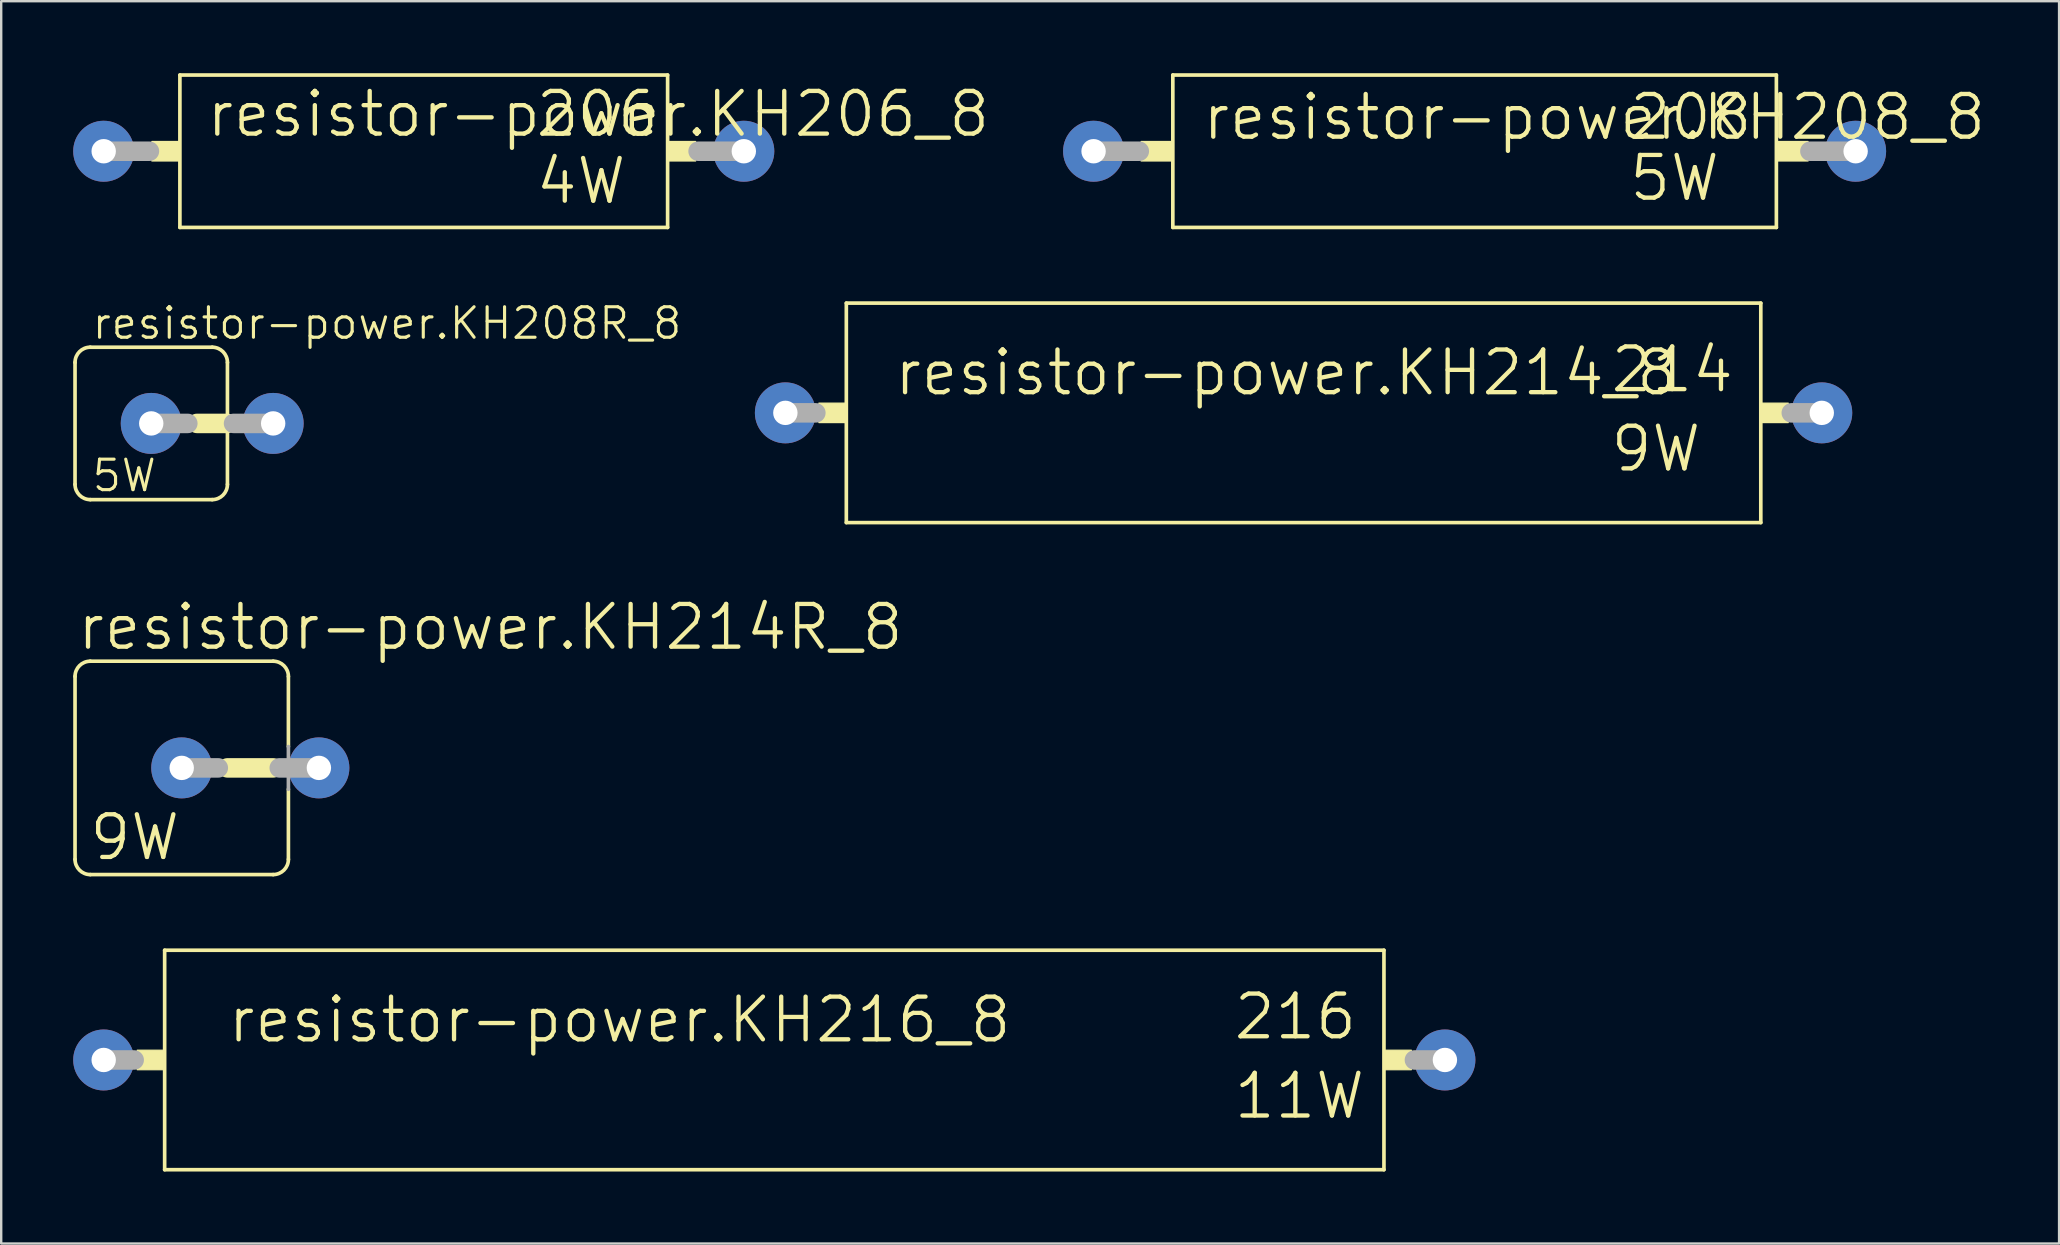
<source format=kicad_pcb>
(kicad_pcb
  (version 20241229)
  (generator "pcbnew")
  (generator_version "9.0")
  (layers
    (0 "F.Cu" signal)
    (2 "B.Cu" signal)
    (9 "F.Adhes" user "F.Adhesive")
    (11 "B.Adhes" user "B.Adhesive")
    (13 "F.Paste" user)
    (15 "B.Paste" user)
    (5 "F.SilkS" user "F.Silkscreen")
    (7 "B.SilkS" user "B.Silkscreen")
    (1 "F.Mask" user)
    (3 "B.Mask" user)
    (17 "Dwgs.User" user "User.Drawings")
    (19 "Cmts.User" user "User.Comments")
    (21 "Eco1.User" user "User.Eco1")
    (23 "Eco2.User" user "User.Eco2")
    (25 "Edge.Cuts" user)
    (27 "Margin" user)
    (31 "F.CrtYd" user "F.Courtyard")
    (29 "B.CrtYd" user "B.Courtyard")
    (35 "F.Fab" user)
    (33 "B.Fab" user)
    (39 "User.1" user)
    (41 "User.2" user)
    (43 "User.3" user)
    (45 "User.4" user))
  (footprint "resistor-power.KH208R_8"
    (layer "F.Cu")
    (at 5.791 14.591)
    (property "Reference" "resistor-power.KH208R_8" (at -5.08 -3.429 0) (layer "F.SilkS") (effects (font (size 1.27 1.27) (thickness 0.13)) (justify left bottom)))
    (attr through_hole)
    (fp_line (start -5.715 -2.54) (end -5.715 2.54) (stroke (width 0.152) (type default)) (layer "F.SilkS"))
    (fp_line (start -5.08 3.175) (end 0 3.175) (stroke (width 0.152) (type default)) (layer "F.SilkS"))
    (fp_line (start 0 -3.175) (end -5.08 -3.175) (stroke (width 0.152) (type default)) (layer "F.SilkS"))
    (fp_line (start 0.635 0) (end -0.635 0) (stroke (width 0.813) (type default)) (layer "F.SilkS"))
    (fp_line (start 0.635 0) (end 0.635 -2.54) (stroke (width 0.152) (type default)) (layer "F.SilkS"))
    (fp_line (start 0.635 2.54) (end 0.635 0) (stroke (width 0.152) (type default)) (layer "F.SilkS"))
    (fp_arc (start -5.715 -2.54) (mid -5.529013 -2.989013) (end -5.08 -3.175) (stroke (width 0.1524) (type default)) (layer "F.SilkS"))
    (fp_arc (start -5.08 3.175) (mid -5.529013 2.989013) (end -5.715 2.54) (stroke (width 0.1524) (type default)) (layer "F.SilkS"))
    (fp_arc (start 0 -3.175) (mid 0.449013 -2.989013) (end 0.635 -2.54) (stroke (width 0.1524) (type default)) (layer "F.SilkS"))
    (fp_arc (start 0.635 2.54) (mid 0.449013 2.989013) (end 0 3.175) (stroke (width 0.1524) (type default)) (layer "F.SilkS"))
    (fp_line (start -1.016 0) (end -2.54 0) (stroke (width 0.813) (type default)) (layer "F.Fab"))
    (fp_line (start 2.54 0) (end 0.889 0) (stroke (width 0.813) (type default)) (layer "F.Fab"))
    (fp_text user "5W" (at -5.08 2.921 0) (layer "F.SilkS") (effects (font (size 1.27 1.27) (thickness 0.13)) (justify left bottom)))
    (pad "1" thru_hole circle (at -2.54 0) (size 2.54 2.54) (drill 1.016) (layers "*.Cu" "*.Mask"))
    (pad "2" thru_hole circle (at 2.54 0) (size 2.54 2.54) (drill 1.016) (layers "*.Cu" "*.Mask")))
  (footprint "resistor-power.KH208_8"
    (layer "F.Cu")
    (at 58.387 3.251)
    (property "Reference" "resistor-power.KH208_8" (at -11.43 -0.381 0) (layer "F.SilkS") (effects (font (size 1.778 1.778) (thickness 0.18)) (justify left bottom)))
    (attr through_hole)
    (fp_line (start -12.573 -3.175) (end -12.573 3.175) (stroke (width 0.152) (type default)) (layer "F.SilkS"))
    (fp_line (start -12.573 3.175) (end 12.573 3.175) (stroke (width 0.152) (type default)) (layer "F.SilkS"))
    (fp_line (start 12.573 -3.175) (end -12.573 -3.175) (stroke (width 0.152) (type default)) (layer "F.SilkS"))
    (fp_line (start 12.573 3.175) (end 12.573 -3.175) (stroke (width 0.152) (type default)) (layer "F.SilkS"))
    (fp_rect (start -13.894 0.406) (end -12.573 -0.406) (stroke (width 0.05) (type default)) (fill yes) (layer "F.SilkS"))
    (fp_rect (start 12.573 0.406) (end 13.894 -0.406) (stroke (width 0.05) (type default)) (fill yes) (layer "F.SilkS"))
    (fp_line (start -15.875 0) (end -13.97 0) (stroke (width 0.813) (type default)) (layer "F.Fab"))
    (fp_line (start 13.97 0) (end 15.875 0) (stroke (width 0.813) (type default)) (layer "F.Fab"))
    (fp_text user "208" (at 6.35 -0.381 0) (layer "F.SilkS") (effects (font (size 1.778 1.778) (thickness 0.18)) (justify left bottom)))
    (fp_text user "5W" (at 6.35 2.159 0) (layer "F.SilkS") (effects (font (size 1.778 1.778) (thickness 0.18)) (justify left bottom)))
    (pad "1" thru_hole circle (at -15.875 0) (size 2.54 2.54) (drill 1.016) (layers "*.Cu" "*.Mask"))
    (pad "2" thru_hole circle (at 15.875 0) (size 2.54 2.54) (drill 1.016) (layers "*.Cu" "*.Mask")))
  (footprint "resistor-power.KH216_8"
    (layer "F.Cu")
    (at 29.21 41.112)
    (property "Reference" "resistor-power.KH216_8" (at -22.86 -0.635 0) (layer "F.SilkS") (effects (font (size 1.778 1.778) (thickness 0.18)) (justify left bottom)))
    (attr through_hole)
    (fp_line (start -25.4 -4.572) (end -25.4 4.572) (stroke (width 0.152) (type default)) (layer "F.SilkS"))
    (fp_line (start -25.4 4.572) (end 25.4 4.572) (stroke (width 0.152) (type default)) (layer "F.SilkS"))
    (fp_line (start 25.4 -4.572) (end -25.4 -4.572) (stroke (width 0.152) (type default)) (layer "F.SilkS"))
    (fp_line (start 25.4 4.572) (end 25.4 -4.572) (stroke (width 0.152) (type default)) (layer "F.SilkS"))
    (fp_rect (start -26.543 0.406) (end -25.4 -0.406) (stroke (width 0.05) (type default)) (fill yes) (layer "F.SilkS"))
    (fp_rect (start 25.4 0.406) (end 26.543 -0.406) (stroke (width 0.05) (type default)) (fill yes) (layer "F.SilkS"))
    (fp_line (start -27.94 0) (end -26.67 0) (stroke (width 0.813) (type default)) (layer "F.Fab"))
    (fp_line (start 26.67 0) (end 27.94 0) (stroke (width 0.813) (type default)) (layer "F.Fab"))
    (fp_text user "216" (at 19.05 -0.762 0) (layer "F.SilkS") (effects (font (size 1.778 1.778) (thickness 0.18)) (justify left bottom)))
    (fp_text user "11W" (at 19.05 2.54 0) (layer "F.SilkS") (effects (font (size 1.778 1.778) (thickness 0.18)) (justify left bottom)))
    (pad "1" thru_hole circle (at -27.94 0) (size 2.54 2.54) (drill 1.016) (layers "*.Cu" "*.Mask"))
    (pad "2" thru_hole circle (at 27.94 0) (size 2.54 2.54) (drill 1.016) (layers "*.Cu" "*.Mask")))
  (footprint "resistor-power.KH206_8"
    (layer "F.Cu")
    (at 14.605 3.251)
    (property "Reference" "resistor-power.KH206_8" (at -9.144 -0.508 0) (layer "F.SilkS") (effects (font (size 1.778 1.778) (thickness 0.18)) (justify left bottom)))
    (attr through_hole)
    (fp_line (start -10.16 -3.175) (end -10.16 3.175) (stroke (width 0.152) (type default)) (layer "F.SilkS"))
    (fp_line (start -10.16 3.175) (end 10.16 3.175) (stroke (width 0.152) (type default)) (layer "F.SilkS"))
    (fp_line (start 10.16 -3.175) (end -10.16 -3.175) (stroke (width 0.152) (type default)) (layer "F.SilkS"))
    (fp_line (start 10.16 3.175) (end 10.16 -3.175) (stroke (width 0.152) (type default)) (layer "F.SilkS"))
    (fp_rect (start -11.328 0.406) (end -10.16 -0.406) (stroke (width 0.05) (type default)) (fill yes) (layer "F.SilkS"))
    (fp_rect (start 10.16 0.406) (end 11.328 -0.406) (stroke (width 0.05) (type default)) (fill yes) (layer "F.SilkS"))
    (fp_line (start -13.335 0) (end -11.43 0) (stroke (width 0.813) (type default)) (layer "F.Fab"))
    (fp_line (start 11.43 0) (end 13.335 0) (stroke (width 0.813) (type default)) (layer "F.Fab"))
    (fp_text user "206" (at 4.572 -0.508 0) (layer "F.SilkS") (effects (font (size 1.778 1.778) (thickness 0.18)) (justify left bottom)))
    (fp_text user "4W" (at 4.572 2.286 0) (layer "F.SilkS") (effects (font (size 1.778 1.778) (thickness 0.18)) (justify left bottom)))
    (pad "1" thru_hole circle (at -13.335 0) (size 2.54 2.54) (drill 1.016) (layers "*.Cu" "*.Mask"))
    (pad "2" thru_hole circle (at 13.335 0) (size 2.54 2.54) (drill 1.016) (layers "*.Cu" "*.Mask")))
  (footprint "resistor-power.KH214R_8"
    (layer "F.Cu")
    (at 7.061 28.943)
    (property "Reference" "resistor-power.KH214R_8" (at -6.985 -4.826 0) (layer "F.SilkS") (effects (font (size 1.778 1.778) (thickness 0.18)) (justify left bottom)))
    (attr through_hole)
    (fp_line (start -6.985 -3.81) (end -6.985 3.81) (stroke (width 0.152) (type default)) (layer "F.SilkS"))
    (fp_line (start -6.35 4.445) (end 1.27 4.445) (stroke (width 0.152) (type default)) (layer "F.SilkS"))
    (fp_line (start 1.27 -4.445) (end -6.35 -4.445) (stroke (width 0.152) (type default)) (layer "F.SilkS"))
    (fp_line (start 1.27 0) (end -0.635 0) (stroke (width 0.813) (type default)) (layer "F.SilkS"))
    (fp_line (start 1.905 -0.889) (end 1.905 -3.81) (stroke (width 0.152) (type default)) (layer "F.SilkS"))
    (fp_line (start 1.905 3.81) (end 1.905 0.889) (stroke (width 0.152) (type default)) (layer "F.SilkS"))
    (fp_arc (start -6.985 -3.81) (mid -6.799013 -4.259013) (end -6.35 -4.445) (stroke (width 0.1524) (type default)) (layer "F.SilkS"))
    (fp_arc (start -6.35 4.445) (mid -6.799013 4.259013) (end -6.985 3.81) (stroke (width 0.1524) (type default)) (layer "F.SilkS"))
    (fp_arc (start 1.27 -4.445) (mid 1.719013 -4.259013) (end 1.905 -3.81) (stroke (width 0.1524) (type default)) (layer "F.SilkS"))
    (fp_arc (start 1.905 3.81) (mid 1.719013 4.259013) (end 1.27 4.445) (stroke (width 0.1524) (type default)) (layer "F.SilkS"))
    (fp_line (start -1.016 0) (end -2.54 0) (stroke (width 0.813) (type default)) (layer "F.Fab"))
    (fp_line (start 1.905 0.889) (end 1.905 -0.889) (stroke (width 0.152) (type default)) (layer "F.Fab"))
    (fp_line (start 3.175 0) (end 1.524 0) (stroke (width 0.813) (type default)) (layer "F.Fab"))
    (fp_text user "9W" (at -6.477 3.937 0) (layer "F.SilkS") (effects (font (size 1.778 1.778) (thickness 0.18)) (justify left bottom)))
    (pad "1" thru_hole circle (at -2.54 0) (size 2.54 2.54) (drill 1.016) (layers "*.Cu" "*.Mask"))
    (pad "2" thru_hole circle (at 3.175 0) (size 2.54 2.54) (drill 1.016) (layers "*.Cu" "*.Mask")))
  (footprint "resistor-power.KH214_8"
    (layer "F.Cu")
    (at 51.261 14.151)
    (property "Reference" "resistor-power.KH214_8" (at -17.145 -0.635 0) (layer "F.SilkS") (effects (font (size 1.778 1.778) (thickness 0.18)) (justify left bottom)))
    (attr through_hole)
    (fp_line (start -19.05 -4.572) (end -19.05 4.572) (stroke (width 0.152) (type default)) (layer "F.SilkS"))
    (fp_line (start -19.05 4.572) (end 19.05 4.572) (stroke (width 0.152) (type default)) (layer "F.SilkS"))
    (fp_line (start 19.05 -4.572) (end -19.05 -4.572) (stroke (width 0.152) (type default)) (layer "F.SilkS"))
    (fp_line (start 19.05 4.572) (end 19.05 -4.572) (stroke (width 0.152) (type default)) (layer "F.SilkS"))
    (fp_rect (start -20.193 0.406) (end -19.05 -0.406) (stroke (width 0.05) (type default)) (fill yes) (layer "F.SilkS"))
    (fp_rect (start 19.05 0.406) (end 20.193 -0.406) (stroke (width 0.05) (type default)) (fill yes) (layer "F.SilkS"))
    (fp_line (start -21.59 0) (end -20.32 0) (stroke (width 0.813) (type default)) (layer "F.Fab"))
    (fp_line (start 20.32 0) (end 21.59 0) (stroke (width 0.813) (type default)) (layer "F.Fab"))
    (fp_text user "9W" (at 12.7 2.54 0) (layer "F.SilkS") (effects (font (size 1.778 1.778) (thickness 0.18)) (justify left bottom)))
    (fp_text user "214" (at 12.7 -0.762 0) (layer "F.SilkS") (effects (font (size 1.778 1.778) (thickness 0.18)) (justify left bottom)))
    (pad "1" thru_hole circle (at -21.59 0) (size 2.54 2.54) (drill 1.016) (layers "*.Cu" "*.Mask"))
    (pad "2" thru_hole circle (at 21.59 0) (size 2.54 2.54) (drill 1.016) (layers "*.Cu" "*.Mask")))
  (gr_rect
    (start -3 -3)
    (end 82.738 48.76)
    (stroke (width 0.1) (type default))
    (fill no)
    (layer "Edge.Cuts")))
</source>
